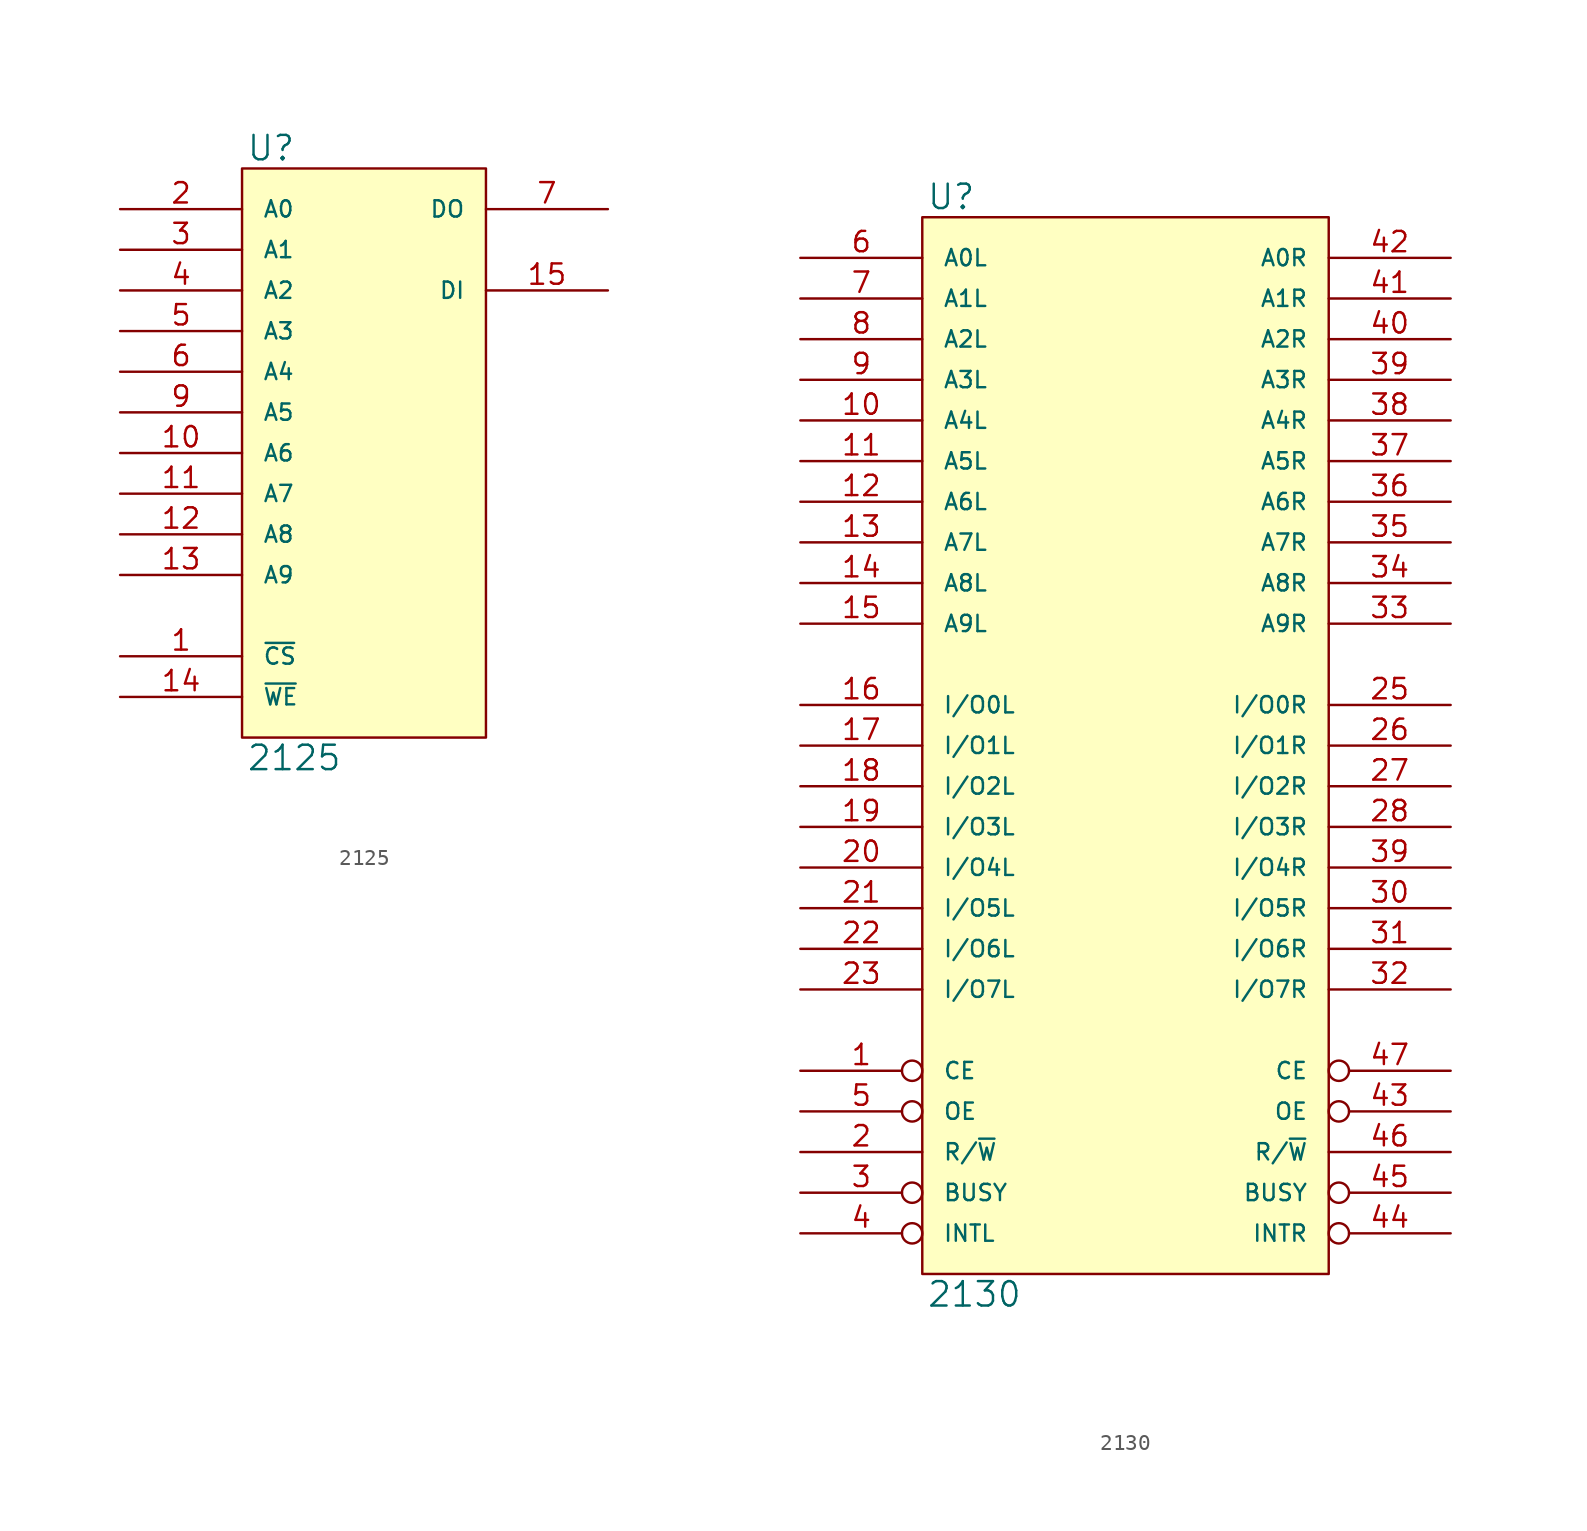
<source format=kicad_sym>
(kicad_symbol_lib
  (version 20231120)
  (generator "kicad_symbol_editor")
  (generator_version "8.0")
  (symbol "2125"
    (pin_names
      (offset 1.27))
    (property "Reference" "U"
      (at 0.254 0.381 0)
      (effects (font (size 1.524 1.524)) (justify left bottom)))
    (property "Value" "2125"
      (at 0.254 -35.941 0)
      (effects (font (size 1.524 1.524)) (justify left top)))
    (symbol "2125_0_1"
      (rectangle (start 0 0) (end 15.24 -35.56) (stroke (width 0) (type solid)) (fill (type background))))
    (symbol "2125_1_1"
      (pin input line (at -7.62 -30.48 0) (length 7.62) (name "~{CS}" (effects (font (size 1.016 1.016)))) (number "1" (effects (font (size 1.27 1.27)))))
      (pin input line (at -7.62 -17.78 0) (length 7.62) (name "A6" (effects (font (size 1.016 1.016)))) (number "10" (effects (font (size 1.27 1.27)))))
      (pin input line (at -7.62 -20.32 0) (length 7.62) (name "A7" (effects (font (size 1.016 1.016)))) (number "11" (effects (font (size 1.27 1.27)))))
      (pin input line (at -7.62 -22.86 0) (length 7.62) (name "A8" (effects (font (size 1.016 1.016)))) (number "12" (effects (font (size 1.27 1.27)))))
      (pin input line (at -7.62 -25.4 0) (length 7.62) (name "A9" (effects (font (size 1.016 1.016)))) (number "13" (effects (font (size 1.27 1.27)))))
      (pin input line (at -7.62 -33.02 0) (length 7.62) (name "~{WE}" (effects (font (size 1.016 1.016)))) (number "14" (effects (font (size 1.27 1.27)))))
      (pin input line (at 22.86 -7.62 180) (length 7.62) (name "DI" (effects (font (size 1.016 1.016)))) (number "15" (effects (font (size 1.27 1.27)))))
      (pin power_in line (at 0 0 270) (length 0) hide (name "VCC" (effects (font (size 1.016 1.016)))) (number "16" (effects (font (size 1.27 1.27)))))
      (pin input line (at -7.62 -2.54 0) (length 7.62) (name "A0" (effects (font (size 1.016 1.016)))) (number "2" (effects (font (size 1.27 1.27)))))
      (pin input line (at -7.62 -5.08 0) (length 7.62) (name "A1" (effects (font (size 1.016 1.016)))) (number "3" (effects (font (size 1.27 1.27)))))
      (pin input line (at -7.62 -7.62 0) (length 7.62) (name "A2" (effects (font (size 1.016 1.016)))) (number "4" (effects (font (size 1.27 1.27)))))
      (pin input line (at -7.62 -10.16 0) (length 7.62) (name "A3" (effects (font (size 1.016 1.016)))) (number "5" (effects (font (size 1.27 1.27)))))
      (pin input line (at -7.62 -12.7 0) (length 7.62) (name "A4" (effects (font (size 1.016 1.016)))) (number "6" (effects (font (size 1.27 1.27)))))
      (pin tri_state line (at 22.86 -2.54 180) (length 7.62) (name "DO" (effects (font (size 1.016 1.016)))) (number "7" (effects (font (size 1.27 1.27)))))
      (pin power_in line (at 0 -35.56 90) (length 0) hide (name "GND" (effects (font (size 1.016 1.016)))) (number "8" (effects (font (size 1.27 1.27)))))
      (pin input line (at -7.62 -15.24 0) (length 7.62) (name "A5" (effects (font (size 1.016 1.016)))) (number "9" (effects (font (size 1.27 1.27)))))))
  (symbol "2130"
    (pin_names
      (offset 1.27))
    (property "Reference" "U"
      (at 0.254 0.381 0)
      (effects (font (size 1.524 1.524)) (justify left bottom)))
    (property "Value" "2130"
      (at 0.254 -66.421 0)
      (effects (font (size 1.524 1.524)) (justify left top)))
    (symbol "2130_0_1"
      (rectangle (start 0 0) (end 25.4 -66.04) (stroke (width 0) (type solid)) (fill (type background))))
    (symbol "2130_1_1"
      (pin input inverted (at -7.62 -53.34 0) (length 7.62) (name "CE" (effects (font (size 1.016 1.016)))) (number "1" (effects (font (size 1.27 1.27)))))
      (pin input line (at -7.62 -12.7 0) (length 7.62) (name "A4L" (effects (font (size 1.016 1.016)))) (number "10" (effects (font (size 1.27 1.27)))))
      (pin input line (at -7.62 -15.24 0) (length 7.62) (name "A5L" (effects (font (size 1.016 1.016)))) (number "11" (effects (font (size 1.27 1.27)))))
      (pin input line (at -7.62 -17.78 0) (length 7.62) (name "A6L" (effects (font (size 1.016 1.016)))) (number "12" (effects (font (size 1.27 1.27)))))
      (pin input line (at -7.62 -20.32 0) (length 7.62) (name "A7L" (effects (font (size 1.016 1.016)))) (number "13" (effects (font (size 1.27 1.27)))))
      (pin input line (at -7.62 -22.86 0) (length 7.62) (name "A8L" (effects (font (size 1.016 1.016)))) (number "14" (effects (font (size 1.27 1.27)))))
      (pin input line (at -7.62 -25.4 0) (length 7.62) (name "A9L" (effects (font (size 1.016 1.016)))) (number "15" (effects (font (size 1.27 1.27)))))
      (pin bidirectional line (at -7.62 -30.48 0) (length 7.62) (name "I/O0L" (effects (font (size 1.016 1.016)))) (number "16" (effects (font (size 1.27 1.27)))))
      (pin bidirectional line (at -7.62 -33.02 0) (length 7.62) (name "I/O1L" (effects (font (size 1.016 1.016)))) (number "17" (effects (font (size 1.27 1.27)))))
      (pin bidirectional line (at -7.62 -35.56 0) (length 7.62) (name "I/O2L" (effects (font (size 1.016 1.016)))) (number "18" (effects (font (size 1.27 1.27)))))
      (pin bidirectional line (at -7.62 -38.1 0) (length 7.62) (name "I/O3L" (effects (font (size 1.016 1.016)))) (number "19" (effects (font (size 1.27 1.27)))))
      (pin input line (at -7.62 -58.42 0) (length 7.62) (name "R/~{W}" (effects (font (size 1.016 1.016)))) (number "2" (effects (font (size 1.27 1.27)))))
      (pin bidirectional line (at -7.62 -40.64 0) (length 7.62) (name "I/O4L" (effects (font (size 1.016 1.016)))) (number "20" (effects (font (size 1.27 1.27)))))
      (pin bidirectional line (at -7.62 -43.18 0) (length 7.62) (name "I/O5L" (effects (font (size 1.016 1.016)))) (number "21" (effects (font (size 1.27 1.27)))))
      (pin bidirectional line (at -7.62 -45.72 0) (length 7.62) (name "I/O6L" (effects (font (size 1.016 1.016)))) (number "22" (effects (font (size 1.27 1.27)))))
      (pin bidirectional line (at -7.62 -48.26 0) (length 7.62) (name "I/O7L" (effects (font (size 1.016 1.016)))) (number "23" (effects (font (size 1.27 1.27)))))
      (pin power_in line (at 0 -66.04 90) (length 0) hide (name "GND" (effects (font (size 1.016 1.016)))) (number "24" (effects (font (size 1.27 1.27)))))
      (pin bidirectional line (at 33.02 -30.48 180) (length 7.62) (name "I/O0R" (effects (font (size 1.016 1.016)))) (number "25" (effects (font (size 1.27 1.27)))))
      (pin bidirectional line (at 33.02 -33.02 180) (length 7.62) (name "I/O1R" (effects (font (size 1.016 1.016)))) (number "26" (effects (font (size 1.27 1.27)))))
      (pin bidirectional line (at 33.02 -35.56 180) (length 7.62) (name "I/O2R" (effects (font (size 1.016 1.016)))) (number "27" (effects (font (size 1.27 1.27)))))
      (pin bidirectional line (at 33.02 -38.1 180) (length 7.62) (name "I/O3R" (effects (font (size 1.016 1.016)))) (number "28" (effects (font (size 1.27 1.27)))))
      (pin output inverted (at -7.62 -60.96 0) (length 7.62) (name "BUSY" (effects (font (size 1.016 1.016)))) (number "3" (effects (font (size 1.27 1.27)))))
      (pin bidirectional line (at 33.02 -43.18 180) (length 7.62) (name "I/O5R" (effects (font (size 1.016 1.016)))) (number "30" (effects (font (size 1.27 1.27)))))
      (pin bidirectional line (at 33.02 -45.72 180) (length 7.62) (name "I/O6R" (effects (font (size 1.016 1.016)))) (number "31" (effects (font (size 1.27 1.27)))))
      (pin bidirectional line (at 33.02 -48.26 180) (length 7.62) (name "I/O7R" (effects (font (size 1.016 1.016)))) (number "32" (effects (font (size 1.27 1.27)))))
      (pin input line (at 33.02 -25.4 180) (length 7.62) (name "A9R" (effects (font (size 1.016 1.016)))) (number "33" (effects (font (size 1.27 1.27)))))
      (pin input line (at 33.02 -22.86 180) (length 7.62) (name "A8R" (effects (font (size 1.016 1.016)))) (number "34" (effects (font (size 1.27 1.27)))))
      (pin input line (at 33.02 -20.32 180) (length 7.62) (name "A7R" (effects (font (size 1.016 1.016)))) (number "35" (effects (font (size 1.27 1.27)))))
      (pin input line (at 33.02 -17.78 180) (length 7.62) (name "A6R" (effects (font (size 1.016 1.016)))) (number "36" (effects (font (size 1.27 1.27)))))
      (pin input line (at 33.02 -15.24 180) (length 7.62) (name "A5R" (effects (font (size 1.016 1.016)))) (number "37" (effects (font (size 1.27 1.27)))))
      (pin input line (at 33.02 -12.7 180) (length 7.62) (name "A4R" (effects (font (size 1.016 1.016)))) (number "38" (effects (font (size 1.27 1.27)))))
      (pin input line (at 33.02 -10.16 180) (length 7.62) (name "A3R" (effects (font (size 1.016 1.016)))) (number "39" (effects (font (size 1.27 1.27)))))
      (pin bidirectional line (at 33.02 -40.64 180) (length 7.62) (name "I/O4R" (effects (font (size 1.016 1.016)))) (number "39" (effects (font (size 1.27 1.27)))))
      (pin output inverted (at -7.62 -63.5 0) (length 7.62) (name "INTL" (effects (font (size 1.016 1.016)))) (number "4" (effects (font (size 1.27 1.27)))))
      (pin input line (at 33.02 -7.62 180) (length 7.62) (name "A2R" (effects (font (size 1.016 1.016)))) (number "40" (effects (font (size 1.27 1.27)))))
      (pin input line (at 33.02 -5.08 180) (length 7.62) (name "A1R" (effects (font (size 1.016 1.016)))) (number "41" (effects (font (size 1.27 1.27)))))
      (pin input line (at 33.02 -2.54 180) (length 7.62) (name "A0R" (effects (font (size 1.016 1.016)))) (number "42" (effects (font (size 1.27 1.27)))))
      (pin input inverted (at 33.02 -55.88 180) (length 7.62) (name "OE" (effects (font (size 1.016 1.016)))) (number "43" (effects (font (size 1.27 1.27)))))
      (pin output inverted (at 33.02 -63.5 180) (length 7.62) (name "INTR" (effects (font (size 1.016 1.016)))) (number "44" (effects (font (size 1.27 1.27)))))
      (pin output inverted (at 33.02 -60.96 180) (length 7.62) (name "BUSY" (effects (font (size 1.016 1.016)))) (number "45" (effects (font (size 1.27 1.27)))))
      (pin input line (at 33.02 -58.42 180) (length 7.62) (name "R/~{W}" (effects (font (size 1.016 1.016)))) (number "46" (effects (font (size 1.27 1.27)))))
      (pin input inverted (at 33.02 -53.34 180) (length 7.62) (name "CE" (effects (font (size 1.016 1.016)))) (number "47" (effects (font (size 1.27 1.27)))))
      (pin power_in line (at 0 0 270) (length 0) hide (name "VCC" (effects (font (size 1.016 1.016)))) (number "48" (effects (font (size 1.27 1.27)))))
      (pin input inverted (at -7.62 -55.88 0) (length 7.62) (name "OE" (effects (font (size 1.016 1.016)))) (number "5" (effects (font (size 1.27 1.27)))))
      (pin input line (at -7.62 -2.54 0) (length 7.62) (name "A0L" (effects (font (size 1.016 1.016)))) (number "6" (effects (font (size 1.27 1.27)))))
      (pin input line (at -7.62 -5.08 0) (length 7.62) (name "A1L" (effects (font (size 1.016 1.016)))) (number "7" (effects (font (size 1.27 1.27)))))
      (pin input line (at -7.62 -7.62 0) (length 7.62) (name "A2L" (effects (font (size 1.016 1.016)))) (number "8" (effects (font (size 1.27 1.27)))))
      (pin input line (at -7.62 -10.16 0) (length 7.62) (name "A3L" (effects (font (size 1.016 1.016)))) (number "9" (effects (font (size 1.27 1.27))))))))
</source>
